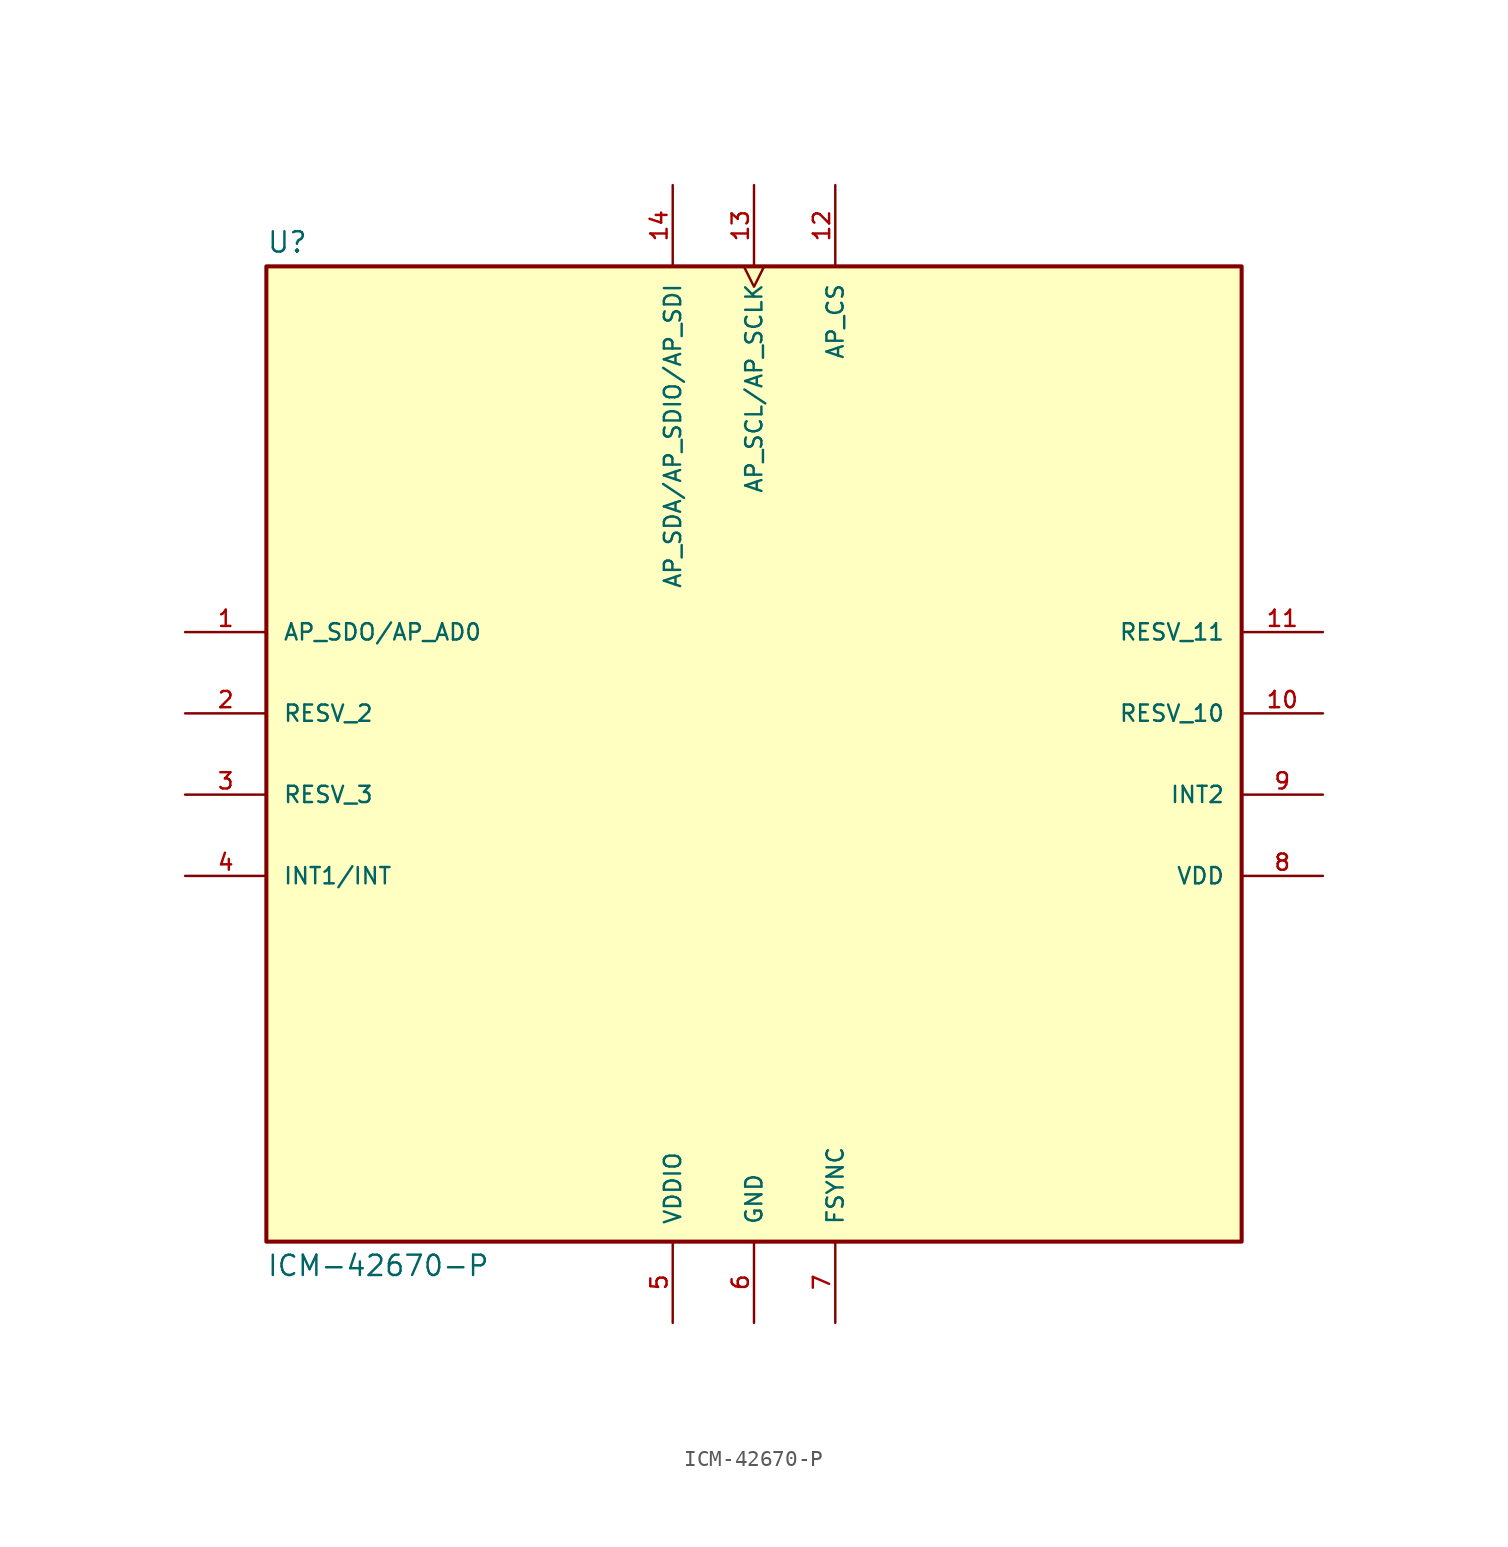
<source format=kicad_sym>
(kicad_symbol_lib
  (version 20220914)
  (generator kicad_symbol_editor)
  (symbol "ICM-42670-P"
    (pin_names
      (offset 1.016))
    (property "Reference" "U"
      (at -30.48 31.242 0)
      (effects (font (size 1.27 1.27)) (justify left bottom)))
    (property "Value" "ICM-42670-P"
      (at -30.48 -31.242 0)
      (effects (font (size 1.27 1.27)) (justify left top)))
    (symbol "ICM-42670-P_0_0"
      (rectangle (start -30.48 -30.48) (end 30.48 30.48) (stroke (width 0.254) (type default)) (fill (type background)))
      (pin bidirectional line (at -35.56 7.62 0) (length 5.08) (name "AP_SDO/AP_AD0" (effects (font (size 1.016 1.016)))) (number "1" (effects (font (size 1.016 1.016)))))
      (pin passive line (at 35.56 2.54 180) (length 5.08) (name "RESV_10" (effects (font (size 1.016 1.016)))) (number "10" (effects (font (size 1.016 1.016)))))
      (pin passive line (at 35.56 7.62 180) (length 5.08) (name "RESV_11" (effects (font (size 1.016 1.016)))) (number "11" (effects (font (size 1.016 1.016)))))
      (pin input line (at 5.08 35.56 270) (length 5.08) (name "AP_CS" (effects (font (size 1.016 1.016)))) (number "12" (effects (font (size 1.016 1.016)))))
      (pin input clock (at 0 35.56 270) (length 5.08) (name "AP_SCL/AP_SCLK" (effects (font (size 1.016 1.016)))) (number "13" (effects (font (size 1.016 1.016)))))
      (pin bidirectional line (at -5.08 35.56 270) (length 5.08) (name "AP_SDA/AP_SDIO/AP_SDI" (effects (font (size 1.016 1.016)))) (number "14" (effects (font (size 1.016 1.016)))))
      (pin passive line (at -35.56 2.54 0) (length 5.08) (name "RESV_2" (effects (font (size 1.016 1.016)))) (number "2" (effects (font (size 1.016 1.016)))))
      (pin passive line (at -35.56 -2.54 0) (length 5.08) (name "RESV_3" (effects (font (size 1.016 1.016)))) (number "3" (effects (font (size 1.016 1.016)))))
      (pin output line (at -35.56 -7.62 0) (length 5.08) (name "INT1/INT" (effects (font (size 1.016 1.016)))) (number "4" (effects (font (size 1.016 1.016)))))
      (pin power_in line (at -5.08 -35.56 90) (length 5.08) (name "VDDIO" (effects (font (size 1.016 1.016)))) (number "5" (effects (font (size 1.016 1.016)))))
      (pin power_in line (at 0 -35.56 90) (length 5.08) (name "GND" (effects (font (size 1.016 1.016)))) (number "6" (effects (font (size 1.016 1.016)))))
      (pin input line (at 5.08 -35.56 90) (length 5.08) (name "FSYNC" (effects (font (size 1.016 1.016)))) (number "7" (effects (font (size 1.016 1.016)))))
      (pin power_in line (at 35.56 -7.62 180) (length 5.08) (name "VDD" (effects (font (size 1.016 1.016)))) (number "8" (effects (font (size 1.016 1.016)))))
      (pin output line (at 35.56 -2.54 180) (length 5.08) (name "INT2" (effects (font (size 1.016 1.016)))) (number "9" (effects (font (size 1.016 1.016))))))))
</source>
